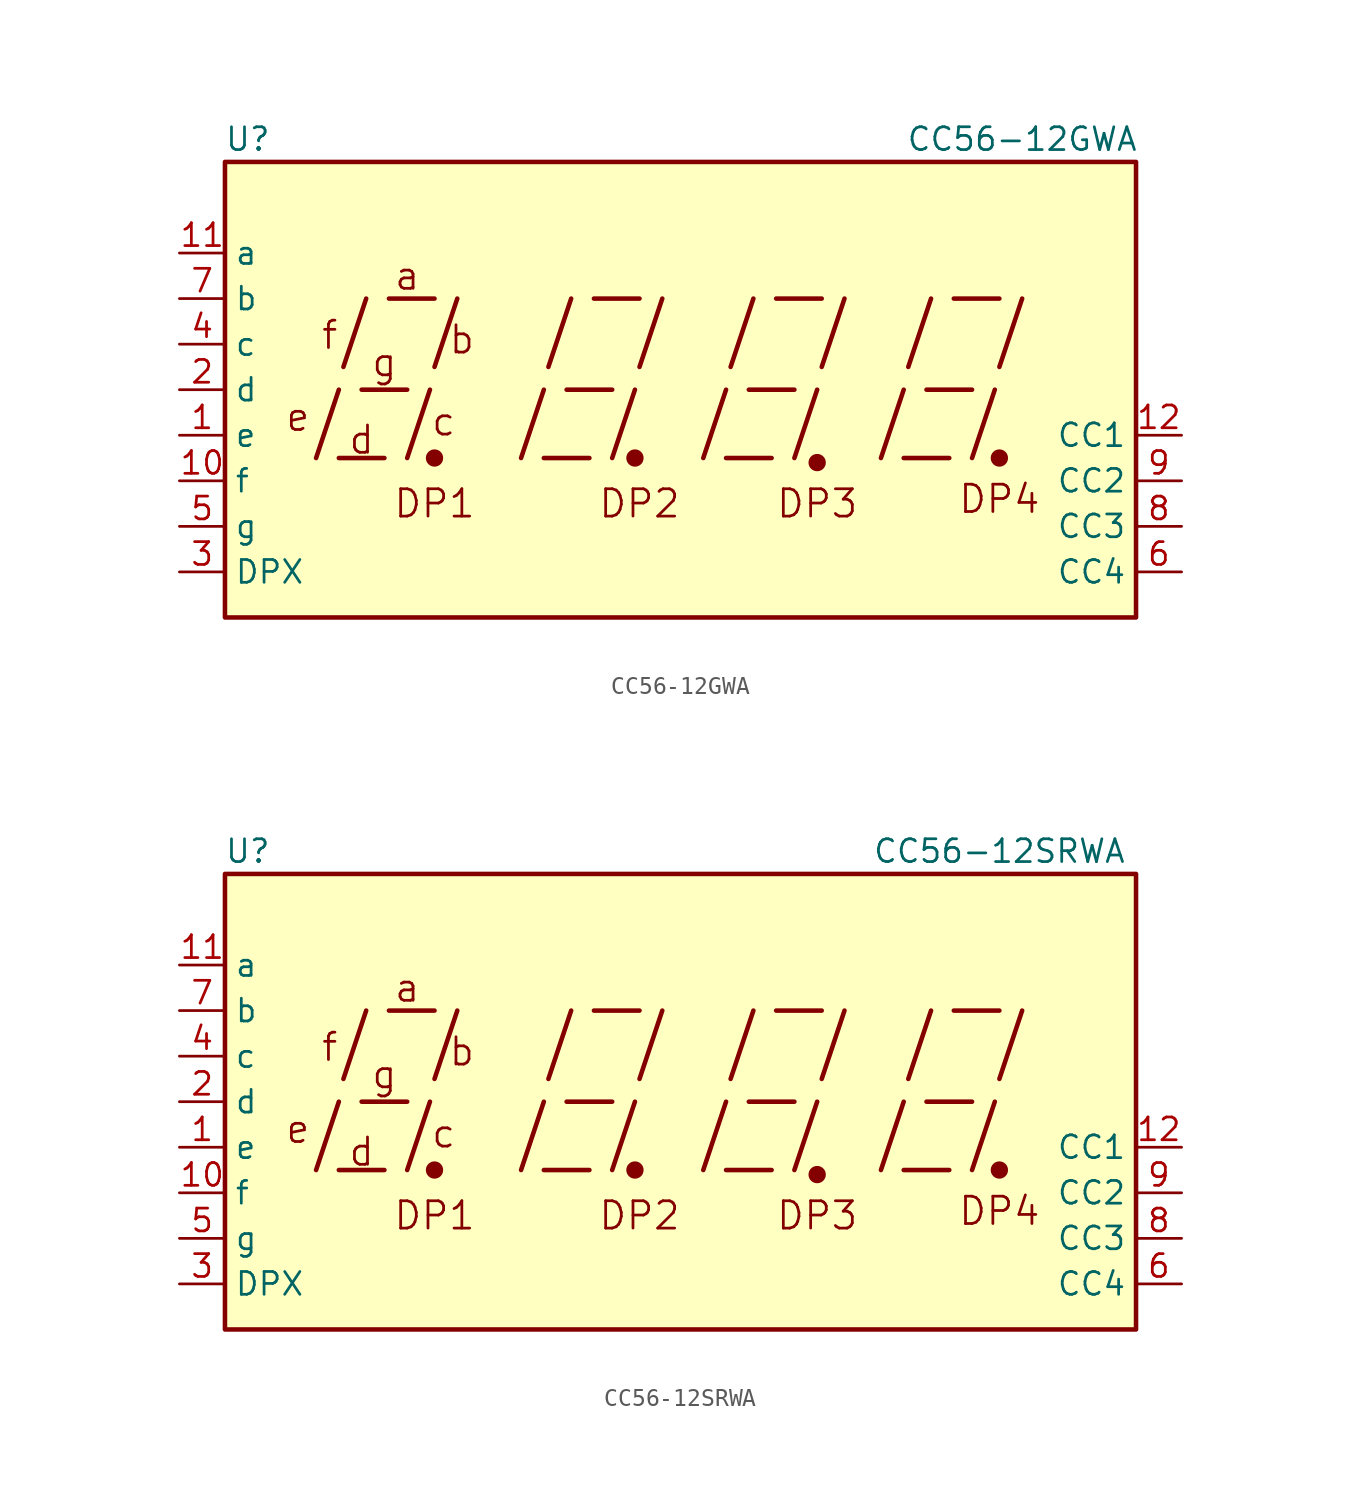
<source format=kicad_sym>
(kicad_symbol_lib
  (version 20200908)
  (generator kicad_symbol_editor)
  (symbol "Display_Character:CC56-12GWA"
    (property "Reference" "U"
      (at -24.13 13.97 0)
      (effects (font (size 1.27 1.27))))
    (property "Value" "CC56-12GWA"
      (at 19.05 13.97 0)
      (effects (font (size 1.27 1.27))))
    (symbol "CC56-12GWA_1_0"
      (circle (center 7.62 -4.064) (radius 0.356) (stroke (width 0.254)) (fill (type outline)))
      (circle (center 17.78 -3.81) (radius 0.356) (stroke (width 0.254)) (fill (type outline))))
    (symbol "CC56-12GWA_0_1"
      (circle (center -13.716 -3.81) (radius 0.356) (stroke (width 0.254)) (fill (type outline)))
      (circle (center -2.54 -3.81) (radius 0.356) (stroke (width 0.254)) (fill (type outline))))
    (symbol "CC56-12GWA_0_0"
      (text "a" (at -15.24 6.35 0) (effects (font (size 1.524 1.524))))
      (text "b" (at -12.192 2.794 0) (effects (font (size 1.524 1.524))))
      (text "c" (at -13.208 -1.778 0) (effects (font (size 1.524 1.524))))
      (text "d" (at -17.78 -2.794 0) (effects (font (size 1.524 1.524))))
      (text "DP1" (at -13.716 -6.35 0) (effects (font (size 1.524 1.524))))
      (text "DP2" (at -2.286 -6.35 0) (effects (font (size 1.524 1.524))))
      (text "DP3" (at 7.62 -6.35 0) (effects (font (size 1.524 1.524))))
      (text "DP4" (at 17.78 -6.096 0) (effects (font (size 1.524 1.524))))
      (text "e" (at -21.336 -1.524 0) (effects (font (size 1.524 1.524))))
      (text "f" (at -19.558 3.048 0) (effects (font (size 1.524 1.524))))
      (text "g" (at -16.51 1.524 0) (effects (font (size 1.524 1.524))))
      (rectangle (start -25.4 12.7) (end 25.4 -12.7) (stroke (width 0.254)) (fill (type background)))
      (polyline (pts (xy -20.32 -3.81) (xy -19.05 0)) (stroke (width 0.254)) (fill (type none)))
      (polyline (pts (xy -19.05 -3.81) (xy -16.51 -3.81)) (stroke (width 0.254)) (fill (type none)))
      (polyline (pts (xy -18.796 1.27) (xy -17.526 5.08)) (stroke (width 0.254)) (fill (type none)))
      (polyline (pts (xy -17.78 0) (xy -15.24 0)) (stroke (width 0.254)) (fill (type none)))
      (polyline (pts (xy -16.256 5.08) (xy -13.716 5.08)) (stroke (width 0.254)) (fill (type none)))
      (polyline (pts (xy -15.24 -3.81) (xy -13.97 0)) (stroke (width 0.254)) (fill (type none)))
      (polyline (pts (xy -13.716 1.27) (xy -12.446 5.08)) (stroke (width 0.254)) (fill (type none)))
      (polyline (pts (xy -8.89 -3.81) (xy -7.62 0)) (stroke (width 0.254)) (fill (type none)))
      (polyline (pts (xy -7.62 -3.81) (xy -5.08 -3.81)) (stroke (width 0.254)) (fill (type none)))
      (polyline (pts (xy -7.366 1.27) (xy -6.096 5.08)) (stroke (width 0.254)) (fill (type none)))
      (polyline (pts (xy -6.35 0) (xy -3.81 0)) (stroke (width 0.254)) (fill (type none)))
      (polyline (pts (xy -4.826 5.08) (xy -2.286 5.08)) (stroke (width 0.254)) (fill (type none)))
      (polyline (pts (xy -3.81 -3.81) (xy -2.54 0)) (stroke (width 0.254)) (fill (type none)))
      (polyline (pts (xy -2.286 1.27) (xy -1.016 5.08)) (stroke (width 0.254)) (fill (type none)))
      (polyline (pts (xy 1.27 -3.81) (xy 2.54 0)) (stroke (width 0.254)) (fill (type none)))
      (polyline (pts (xy 2.54 -3.81) (xy 5.08 -3.81)) (stroke (width 0.254)) (fill (type none)))
      (polyline (pts (xy 2.794 1.27) (xy 4.064 5.08)) (stroke (width 0.254)) (fill (type none)))
      (polyline (pts (xy 3.81 0) (xy 6.35 0)) (stroke (width 0.254)) (fill (type none)))
      (polyline (pts (xy 5.334 5.08) (xy 7.874 5.08)) (stroke (width 0.254)) (fill (type none)))
      (polyline (pts (xy 6.35 -3.81) (xy 7.62 0)) (stroke (width 0.254)) (fill (type none)))
      (polyline (pts (xy 7.874 1.27) (xy 9.144 5.08)) (stroke (width 0.254)) (fill (type none)))
      (polyline (pts (xy 11.176 -3.81) (xy 12.446 0)) (stroke (width 0.254)) (fill (type none)))
      (polyline (pts (xy 12.446 -3.81) (xy 14.986 -3.81)) (stroke (width 0.254)) (fill (type none)))
      (polyline (pts (xy 12.7 1.27) (xy 13.97 5.08)) (stroke (width 0.254)) (fill (type none)))
      (polyline (pts (xy 13.716 0) (xy 16.256 0)) (stroke (width 0.254)) (fill (type none)))
      (polyline (pts (xy 15.24 5.08) (xy 17.78 5.08)) (stroke (width 0.254)) (fill (type none)))
      (polyline (pts (xy 16.256 -3.81) (xy 17.526 0)) (stroke (width 0.254)) (fill (type none)))
      (polyline (pts (xy 17.78 1.27) (xy 19.05 5.08)) (stroke (width 0.254)) (fill (type none))))
    (symbol "CC56-12GWA_1_1"
      (pin input line (at -27.94 -2.54 0) (length 2.54) (name "e" (effects (font (size 1.27 1.27)))) (number "1" (effects (font (size 1.27 1.27)))))
      (pin input line (at -27.94 -5.08 0) (length 2.54) (name "f" (effects (font (size 1.27 1.27)))) (number "10" (effects (font (size 1.27 1.27)))))
      (pin input line (at -27.94 7.62 0) (length 2.54) (name "a" (effects (font (size 1.27 1.27)))) (number "11" (effects (font (size 1.27 1.27)))))
      (pin input line (at 27.94 -2.54 180) (length 2.54) (name "CC1" (effects (font (size 1.27 1.27)))) (number "12" (effects (font (size 1.27 1.27)))))
      (pin input line (at -27.94 0 0) (length 2.54) (name "d" (effects (font (size 1.27 1.27)))) (number "2" (effects (font (size 1.27 1.27)))))
      (pin input line (at -27.94 -10.16 0) (length 2.54) (name "DPX" (effects (font (size 1.27 1.27)))) (number "3" (effects (font (size 1.27 1.27)))))
      (pin input line (at -27.94 2.54 0) (length 2.54) (name "c" (effects (font (size 1.27 1.27)))) (number "4" (effects (font (size 1.27 1.27)))))
      (pin input line (at -27.94 -7.62 0) (length 2.54) (name "g" (effects (font (size 1.27 1.27)))) (number "5" (effects (font (size 1.27 1.27)))))
      (pin input line (at 27.94 -10.16 180) (length 2.54) (name "CC4" (effects (font (size 1.27 1.27)))) (number "6" (effects (font (size 1.27 1.27)))))
      (pin input line (at -27.94 5.08 0) (length 2.54) (name "b" (effects (font (size 1.27 1.27)))) (number "7" (effects (font (size 1.27 1.27)))))
      (pin input line (at 27.94 -7.62 180) (length 2.54) (name "CC3" (effects (font (size 1.27 1.27)))) (number "8" (effects (font (size 1.27 1.27)))))
      (pin input line (at 27.94 -5.08 180) (length 2.54) (name "CC2" (effects (font (size 1.27 1.27)))) (number "9" (effects (font (size 1.27 1.27)))))))
  (symbol "Display_Character:CC56-12SRWA"
    (property "Reference" "U"
      (at -24.13 13.97 0)
      (effects (font (size 1.27 1.27))))
    (property "Value" "CC56-12SRWA"
      (at 17.78 13.97 0)
      (effects (font (size 1.27 1.27))))
    (symbol "CC56-12SRWA_1_0"
      (circle (center 7.62 -4.064) (radius 0.356) (stroke (width 0.254)) (fill (type outline)))
      (circle (center 17.78 -3.81) (radius 0.356) (stroke (width 0.254)) (fill (type outline))))
    (symbol "CC56-12SRWA_0_1"
      (circle (center -13.716 -3.81) (radius 0.356) (stroke (width 0.254)) (fill (type outline)))
      (circle (center -2.54 -3.81) (radius 0.356) (stroke (width 0.254)) (fill (type outline))))
    (symbol "CC56-12SRWA_0_0"
      (text "a" (at -15.24 6.35 0) (effects (font (size 1.524 1.524))))
      (text "b" (at -12.192 2.794 0) (effects (font (size 1.524 1.524))))
      (text "c" (at -13.208 -1.778 0) (effects (font (size 1.524 1.524))))
      (text "d" (at -17.78 -2.794 0) (effects (font (size 1.524 1.524))))
      (text "DP1" (at -13.716 -6.35 0) (effects (font (size 1.524 1.524))))
      (text "DP2" (at -2.286 -6.35 0) (effects (font (size 1.524 1.524))))
      (text "DP3" (at 7.62 -6.35 0) (effects (font (size 1.524 1.524))))
      (text "DP4" (at 17.78 -6.096 0) (effects (font (size 1.524 1.524))))
      (text "e" (at -21.336 -1.524 0) (effects (font (size 1.524 1.524))))
      (text "f" (at -19.558 3.048 0) (effects (font (size 1.524 1.524))))
      (text "g" (at -16.51 1.524 0) (effects (font (size 1.524 1.524))))
      (rectangle (start -25.4 12.7) (end 25.4 -12.7) (stroke (width 0.254)) (fill (type background)))
      (polyline (pts (xy -20.32 -3.81) (xy -19.05 0)) (stroke (width 0.254)) (fill (type none)))
      (polyline (pts (xy -19.05 -3.81) (xy -16.51 -3.81)) (stroke (width 0.254)) (fill (type none)))
      (polyline (pts (xy -18.796 1.27) (xy -17.526 5.08)) (stroke (width 0.254)) (fill (type none)))
      (polyline (pts (xy -17.78 0) (xy -15.24 0)) (stroke (width 0.254)) (fill (type none)))
      (polyline (pts (xy -16.256 5.08) (xy -13.716 5.08)) (stroke (width 0.254)) (fill (type none)))
      (polyline (pts (xy -15.24 -3.81) (xy -13.97 0)) (stroke (width 0.254)) (fill (type none)))
      (polyline (pts (xy -13.716 1.27) (xy -12.446 5.08)) (stroke (width 0.254)) (fill (type none)))
      (polyline (pts (xy -8.89 -3.81) (xy -7.62 0)) (stroke (width 0.254)) (fill (type none)))
      (polyline (pts (xy -7.62 -3.81) (xy -5.08 -3.81)) (stroke (width 0.254)) (fill (type none)))
      (polyline (pts (xy -7.366 1.27) (xy -6.096 5.08)) (stroke (width 0.254)) (fill (type none)))
      (polyline (pts (xy -6.35 0) (xy -3.81 0)) (stroke (width 0.254)) (fill (type none)))
      (polyline (pts (xy -4.826 5.08) (xy -2.286 5.08)) (stroke (width 0.254)) (fill (type none)))
      (polyline (pts (xy -3.81 -3.81) (xy -2.54 0)) (stroke (width 0.254)) (fill (type none)))
      (polyline (pts (xy -2.286 1.27) (xy -1.016 5.08)) (stroke (width 0.254)) (fill (type none)))
      (polyline (pts (xy 1.27 -3.81) (xy 2.54 0)) (stroke (width 0.254)) (fill (type none)))
      (polyline (pts (xy 2.54 -3.81) (xy 5.08 -3.81)) (stroke (width 0.254)) (fill (type none)))
      (polyline (pts (xy 2.794 1.27) (xy 4.064 5.08)) (stroke (width 0.254)) (fill (type none)))
      (polyline (pts (xy 3.81 0) (xy 6.35 0)) (stroke (width 0.254)) (fill (type none)))
      (polyline (pts (xy 5.334 5.08) (xy 7.874 5.08)) (stroke (width 0.254)) (fill (type none)))
      (polyline (pts (xy 6.35 -3.81) (xy 7.62 0)) (stroke (width 0.254)) (fill (type none)))
      (polyline (pts (xy 7.874 1.27) (xy 9.144 5.08)) (stroke (width 0.254)) (fill (type none)))
      (polyline (pts (xy 11.176 -3.81) (xy 12.446 0)) (stroke (width 0.254)) (fill (type none)))
      (polyline (pts (xy 12.446 -3.81) (xy 14.986 -3.81)) (stroke (width 0.254)) (fill (type none)))
      (polyline (pts (xy 12.7 1.27) (xy 13.97 5.08)) (stroke (width 0.254)) (fill (type none)))
      (polyline (pts (xy 13.716 0) (xy 16.256 0)) (stroke (width 0.254)) (fill (type none)))
      (polyline (pts (xy 15.24 5.08) (xy 17.78 5.08)) (stroke (width 0.254)) (fill (type none)))
      (polyline (pts (xy 16.256 -3.81) (xy 17.526 0)) (stroke (width 0.254)) (fill (type none)))
      (polyline (pts (xy 17.78 1.27) (xy 19.05 5.08)) (stroke (width 0.254)) (fill (type none))))
    (symbol "CC56-12SRWA_1_1"
      (pin input line (at -27.94 -2.54 0) (length 2.54) (name "e" (effects (font (size 1.27 1.27)))) (number "1" (effects (font (size 1.27 1.27)))))
      (pin input line (at -27.94 -5.08 0) (length 2.54) (name "f" (effects (font (size 1.27 1.27)))) (number "10" (effects (font (size 1.27 1.27)))))
      (pin input line (at -27.94 7.62 0) (length 2.54) (name "a" (effects (font (size 1.27 1.27)))) (number "11" (effects (font (size 1.27 1.27)))))
      (pin input line (at 27.94 -2.54 180) (length 2.54) (name "CC1" (effects (font (size 1.27 1.27)))) (number "12" (effects (font (size 1.27 1.27)))))
      (pin input line (at -27.94 0 0) (length 2.54) (name "d" (effects (font (size 1.27 1.27)))) (number "2" (effects (font (size 1.27 1.27)))))
      (pin input line (at -27.94 -10.16 0) (length 2.54) (name "DPX" (effects (font (size 1.27 1.27)))) (number "3" (effects (font (size 1.27 1.27)))))
      (pin input line (at -27.94 2.54 0) (length 2.54) (name "c" (effects (font (size 1.27 1.27)))) (number "4" (effects (font (size 1.27 1.27)))))
      (pin input line (at -27.94 -7.62 0) (length 2.54) (name "g" (effects (font (size 1.27 1.27)))) (number "5" (effects (font (size 1.27 1.27)))))
      (pin input line (at 27.94 -10.16 180) (length 2.54) (name "CC4" (effects (font (size 1.27 1.27)))) (number "6" (effects (font (size 1.27 1.27)))))
      (pin input line (at -27.94 5.08 0) (length 2.54) (name "b" (effects (font (size 1.27 1.27)))) (number "7" (effects (font (size 1.27 1.27)))))
      (pin input line (at 27.94 -7.62 180) (length 2.54) (name "CC3" (effects (font (size 1.27 1.27)))) (number "8" (effects (font (size 1.27 1.27)))))
      (pin input line (at 27.94 -5.08 180) (length 2.54) (name "CC2" (effects (font (size 1.27 1.27)))) (number "9" (effects (font (size 1.27 1.27))))))))
</source>
